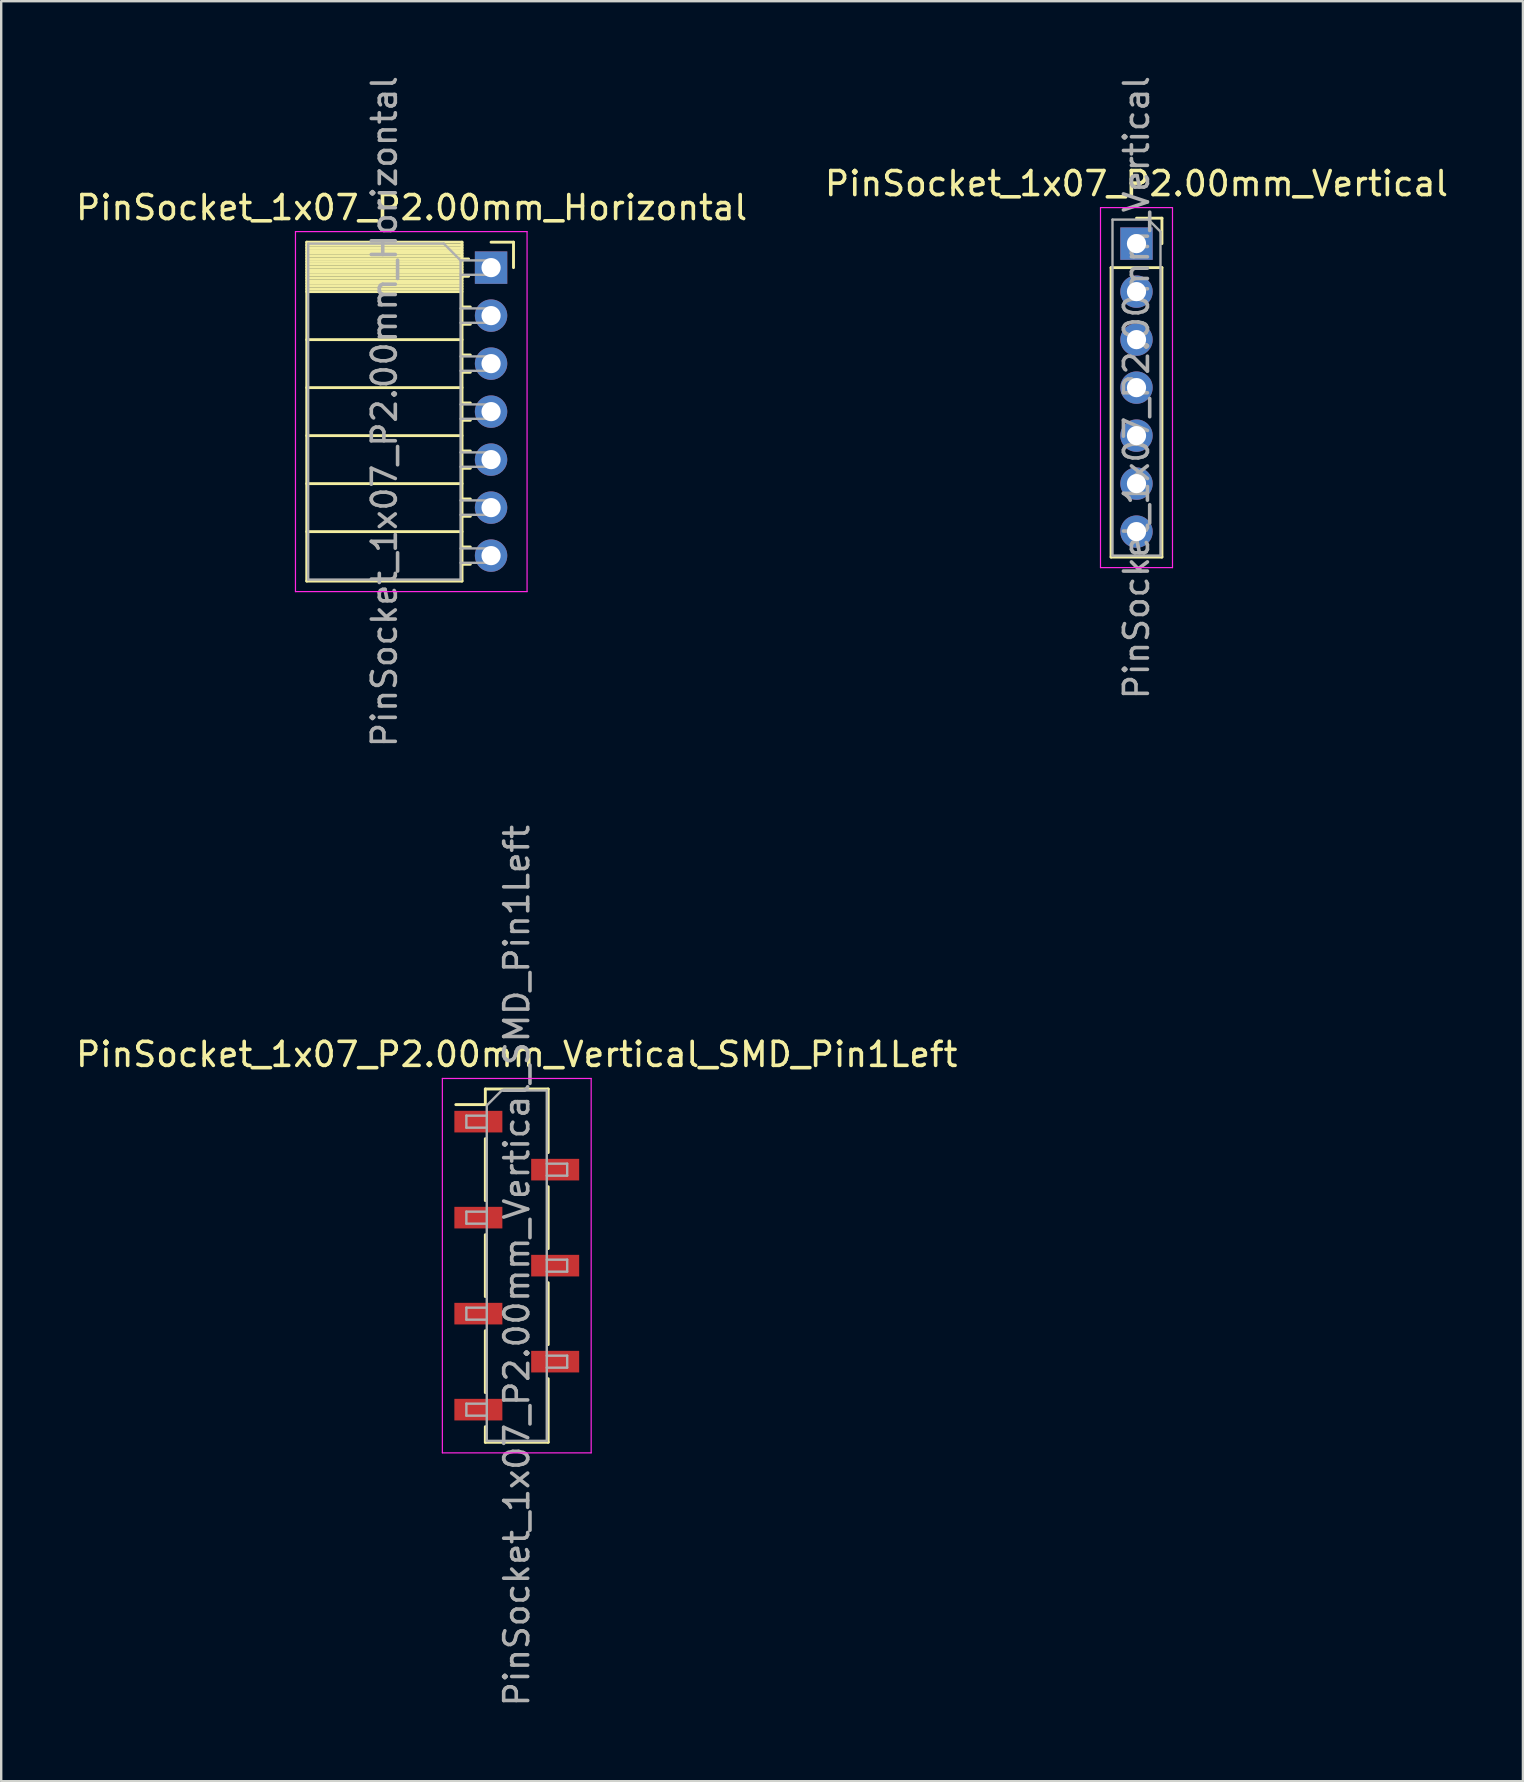
<source format=kicad_pcb>
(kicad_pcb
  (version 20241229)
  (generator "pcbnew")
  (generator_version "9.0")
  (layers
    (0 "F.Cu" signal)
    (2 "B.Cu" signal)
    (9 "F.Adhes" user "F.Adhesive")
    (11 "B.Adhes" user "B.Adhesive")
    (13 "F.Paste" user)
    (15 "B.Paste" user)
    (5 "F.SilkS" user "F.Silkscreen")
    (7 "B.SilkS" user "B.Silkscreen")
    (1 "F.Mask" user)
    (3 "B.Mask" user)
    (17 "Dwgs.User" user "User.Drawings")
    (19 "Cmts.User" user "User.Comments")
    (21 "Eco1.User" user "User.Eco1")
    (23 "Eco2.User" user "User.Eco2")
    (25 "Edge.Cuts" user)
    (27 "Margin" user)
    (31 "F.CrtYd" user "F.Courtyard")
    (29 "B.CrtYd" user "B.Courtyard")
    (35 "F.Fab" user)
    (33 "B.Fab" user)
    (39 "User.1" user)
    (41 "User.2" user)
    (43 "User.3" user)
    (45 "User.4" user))
  (footprint "PinSocket_1x07_P2.00mm_Horizontal"
    (layer "F.Cu")
    (at 17.411 8.101)
    (property "Reference" "PinSocket_1x07_P2.00mm_Horizontal" (at -3.31 -2.5 0) (layer "F.SilkS") (effects (font (size 1 1) (thickness 0.15))))
    (attr through_hole)
    (fp_line (start -7.68 -1.06) (end -7.68 13.06) (stroke (width 0.12) (type solid)) (layer "F.SilkS"))
    (fp_line (start -7.68 -1.06) (end -1.21 -1.06) (stroke (width 0.12) (type solid)) (layer "F.SilkS"))
    (fp_line (start -7.68 -0.94) (end -1.21 -0.94) (stroke (width 0.12) (type solid)) (layer "F.SilkS"))
    (fp_line (start -7.68 -0.826) (end -1.21 -0.826) (stroke (width 0.12) (type solid)) (layer "F.SilkS"))
    (fp_line (start -7.68 -0.712) (end -1.21 -0.712) (stroke (width 0.12) (type solid)) (layer "F.SilkS"))
    (fp_line (start -7.68 -0.598) (end -1.21 -0.598) (stroke (width 0.12) (type solid)) (layer "F.SilkS"))
    (fp_line (start -7.68 -0.484) (end -1.21 -0.484) (stroke (width 0.12) (type solid)) (layer "F.SilkS"))
    (fp_line (start -7.68 -0.369) (end -1.21 -0.369) (stroke (width 0.12) (type solid)) (layer "F.SilkS"))
    (fp_line (start -7.68 -0.255) (end -1.21 -0.255) (stroke (width 0.12) (type solid)) (layer "F.SilkS"))
    (fp_line (start -7.68 -0.141) (end -1.21 -0.141) (stroke (width 0.12) (type solid)) (layer "F.SilkS"))
    (fp_line (start -7.68 -0.027) (end -1.21 -0.027) (stroke (width 0.12) (type solid)) (layer "F.SilkS"))
    (fp_line (start -7.68 0.087) (end -1.21 0.087) (stroke (width 0.12) (type solid)) (layer "F.SilkS"))
    (fp_line (start -7.68 0.201) (end -1.21 0.201) (stroke (width 0.12) (type solid)) (layer "F.SilkS"))
    (fp_line (start -7.68 0.315) (end -1.21 0.315) (stroke (width 0.12) (type solid)) (layer "F.SilkS"))
    (fp_line (start -7.68 0.429) (end -1.21 0.429) (stroke (width 0.12) (type solid)) (layer "F.SilkS"))
    (fp_line (start -7.68 0.544) (end -1.21 0.544) (stroke (width 0.12) (type solid)) (layer "F.SilkS"))
    (fp_line (start -7.68 0.658) (end -1.21 0.658) (stroke (width 0.12) (type solid)) (layer "F.SilkS"))
    (fp_line (start -7.68 0.772) (end -1.21 0.772) (stroke (width 0.12) (type solid)) (layer "F.SilkS"))
    (fp_line (start -7.68 0.886) (end -1.21 0.886) (stroke (width 0.12) (type solid)) (layer "F.SilkS"))
    (fp_line (start -7.68 1) (end -1.21 1) (stroke (width 0.12) (type solid)) (layer "F.SilkS"))
    (fp_line (start -7.68 3) (end -1.21 3) (stroke (width 0.12) (type solid)) (layer "F.SilkS"))
    (fp_line (start -7.68 5) (end -1.21 5) (stroke (width 0.12) (type solid)) (layer "F.SilkS"))
    (fp_line (start -7.68 7) (end -1.21 7) (stroke (width 0.12) (type solid)) (layer "F.SilkS"))
    (fp_line (start -7.68 9) (end -1.21 9) (stroke (width 0.12) (type solid)) (layer "F.SilkS"))
    (fp_line (start -7.68 11) (end -1.21 11) (stroke (width 0.12) (type solid)) (layer "F.SilkS"))
    (fp_line (start -7.68 13.06) (end -1.21 13.06) (stroke (width 0.12) (type solid)) (layer "F.SilkS"))
    (fp_line (start -1.21 -1.06) (end -1.21 13.06) (stroke (width 0.12) (type solid)) (layer "F.SilkS"))
    (fp_line (start -1.21 -0.36) (end -0.935 -0.36) (stroke (width 0.12) (type solid)) (layer "F.SilkS"))
    (fp_line (start -1.21 0.36) (end -0.935 0.36) (stroke (width 0.12) (type solid)) (layer "F.SilkS"))
    (fp_line (start -1.21 1.64) (end -0.863 1.64) (stroke (width 0.12) (type solid)) (layer "F.SilkS"))
    (fp_line (start -1.21 2.36) (end -0.863 2.36) (stroke (width 0.12) (type solid)) (layer "F.SilkS"))
    (fp_line (start -1.21 3.64) (end -0.863 3.64) (stroke (width 0.12) (type solid)) (layer "F.SilkS"))
    (fp_line (start -1.21 4.36) (end -0.863 4.36) (stroke (width 0.12) (type solid)) (layer "F.SilkS"))
    (fp_line (start -1.21 5.64) (end -0.863 5.64) (stroke (width 0.12) (type solid)) (layer "F.SilkS"))
    (fp_line (start -1.21 6.36) (end -0.863 6.36) (stroke (width 0.12) (type solid)) (layer "F.SilkS"))
    (fp_line (start -1.21 7.64) (end -0.863 7.64) (stroke (width 0.12) (type solid)) (layer "F.SilkS"))
    (fp_line (start -1.21 8.36) (end -0.863 8.36) (stroke (width 0.12) (type solid)) (layer "F.SilkS"))
    (fp_line (start -1.21 9.64) (end -0.863 9.64) (stroke (width 0.12) (type solid)) (layer "F.SilkS"))
    (fp_line (start -1.21 10.36) (end -0.863 10.36) (stroke (width 0.12) (type solid)) (layer "F.SilkS"))
    (fp_line (start -1.21 11.64) (end -0.863 11.64) (stroke (width 0.12) (type solid)) (layer "F.SilkS"))
    (fp_line (start -1.21 12.36) (end -0.863 12.36) (stroke (width 0.12) (type solid)) (layer "F.SilkS"))
    (fp_line (start 0 -1.06) (end 0.935 -1.06) (stroke (width 0.12) (type solid)) (layer "F.SilkS"))
    (fp_line (start 0.935 -1.06) (end 0.935 0) (stroke (width 0.12) (type solid)) (layer "F.SilkS"))
    (fp_line (start -8.15 -1.5) (end -8.15 13.5) (stroke (width 0.05) (type solid)) (layer "F.CrtYd"))
    (fp_line (start -8.15 13.5) (end 1.5 13.5) (stroke (width 0.05) (type solid)) (layer "F.CrtYd"))
    (fp_line (start 1.5 -1.5) (end -8.15 -1.5) (stroke (width 0.05) (type solid)) (layer "F.CrtYd"))
    (fp_line (start 1.5 13.5) (end 1.5 -1.5) (stroke (width 0.05) (type solid)) (layer "F.CrtYd"))
    (fp_line (start -7.62 -1) (end -1.97 -1) (stroke (width 0.1) (type solid)) (layer "F.Fab"))
    (fp_line (start -7.62 13) (end -7.62 -1) (stroke (width 0.1) (type solid)) (layer "F.Fab"))
    (fp_line (start -1.97 -1) (end -1.27 -0.3) (stroke (width 0.1) (type solid)) (layer "F.Fab"))
    (fp_line (start -1.27 -0.3) (end -1.27 13) (stroke (width 0.1) (type solid)) (layer "F.Fab"))
    (fp_line (start -1.27 0.3) (end 0 0.3) (stroke (width 0.1) (type solid)) (layer "F.Fab"))
    (fp_line (start -1.27 2.3) (end 0 2.3) (stroke (width 0.1) (type solid)) (layer "F.Fab"))
    (fp_line (start -1.27 4.3) (end 0 4.3) (stroke (width 0.1) (type solid)) (layer "F.Fab"))
    (fp_line (start -1.27 6.3) (end 0 6.3) (stroke (width 0.1) (type solid)) (layer "F.Fab"))
    (fp_line (start -1.27 8.3) (end 0 8.3) (stroke (width 0.1) (type solid)) (layer "F.Fab"))
    (fp_line (start -1.27 10.3) (end 0 10.3) (stroke (width 0.1) (type solid)) (layer "F.Fab"))
    (fp_line (start -1.27 12.3) (end 0 12.3) (stroke (width 0.1) (type solid)) (layer "F.Fab"))
    (fp_line (start -1.27 13) (end -7.62 13) (stroke (width 0.1) (type solid)) (layer "F.Fab"))
    (fp_line (start 0 -0.3) (end -1.27 -0.3) (stroke (width 0.1) (type solid)) (layer "F.Fab"))
    (fp_line (start 0 0.3) (end 0 -0.3) (stroke (width 0.1) (type solid)) (layer "F.Fab"))
    (fp_line (start 0 1.7) (end -1.27 1.7) (stroke (width 0.1) (type solid)) (layer "F.Fab"))
    (fp_line (start 0 2.3) (end 0 1.7) (stroke (width 0.1) (type solid)) (layer "F.Fab"))
    (fp_line (start 0 3.7) (end -1.27 3.7) (stroke (width 0.1) (type solid)) (layer "F.Fab"))
    (fp_line (start 0 4.3) (end 0 3.7) (stroke (width 0.1) (type solid)) (layer "F.Fab"))
    (fp_line (start 0 5.7) (end -1.27 5.7) (stroke (width 0.1) (type solid)) (layer "F.Fab"))
    (fp_line (start 0 6.3) (end 0 5.7) (stroke (width 0.1) (type solid)) (layer "F.Fab"))
    (fp_line (start 0 7.7) (end -1.27 7.7) (stroke (width 0.1) (type solid)) (layer "F.Fab"))
    (fp_line (start 0 8.3) (end 0 7.7) (stroke (width 0.1) (type solid)) (layer "F.Fab"))
    (fp_line (start 0 9.7) (end -1.27 9.7) (stroke (width 0.1) (type solid)) (layer "F.Fab"))
    (fp_line (start 0 10.3) (end 0 9.7) (stroke (width 0.1) (type solid)) (layer "F.Fab"))
    (fp_line (start 0 11.7) (end -1.27 11.7) (stroke (width 0.1) (type solid)) (layer "F.Fab"))
    (fp_line (start 0 12.3) (end 0 11.7) (stroke (width 0.1) (type solid)) (layer "F.Fab"))
    (fp_text user "${REFERENCE}" (at -4.445 6 90) (layer "F.Fab") (effects (font (size 1 1) (thickness 0.15))))
    (pad "1" thru_hole rect (at 0 0) (size 1.35 1.35) (drill 0.8) (layers "*.Cu" "*.Mask"))
    (pad "2" thru_hole oval (at 0 2) (size 1.35 1.35) (drill 0.8) (layers "*.Cu" "*.Mask"))
    (pad "3" thru_hole oval (at 0 4) (size 1.35 1.35) (drill 0.8) (layers "*.Cu" "*.Mask"))
    (pad "4" thru_hole oval (at 0 6) (size 1.35 1.35) (drill 0.8) (layers "*.Cu" "*.Mask"))
    (pad "5" thru_hole oval (at 0 8) (size 1.35 1.35) (drill 0.8) (layers "*.Cu" "*.Mask"))
    (pad "6" thru_hole oval (at 0 10) (size 1.35 1.35) (drill 0.8) (layers "*.Cu" "*.Mask"))
    (pad "7" thru_hole oval (at 0 12) (size 1.35 1.35) (drill 0.8) (layers "*.Cu" "*.Mask")))
  (footprint "PinSocket_1x07_P2.00mm_Vertical_SMD_Pin1Left"
    (layer "F.Cu")
    (at 18.482 49.685)
    (property "Reference" "PinSocket_1x07_P2.00mm_Vertical_SMD_Pin1Left" (at 0 -8.8 0) (layer "F.SilkS") (effects (font (size 1 1) (thickness 0.15))))
    (attr smd)
    (fp_line (start -2.54 -6.71) (end -1.31 -6.71) (stroke (width 0.12) (type solid)) (layer "F.SilkS"))
    (fp_line (start -1.31 -7.36) (end -1.31 -6.71) (stroke (width 0.12) (type solid)) (layer "F.SilkS"))
    (fp_line (start -1.31 -7.36) (end 1.31 -7.36) (stroke (width 0.12) (type solid)) (layer "F.SilkS"))
    (fp_line (start -1.31 -5.29) (end -1.31 -2.71) (stroke (width 0.12) (type solid)) (layer "F.SilkS"))
    (fp_line (start -1.31 -1.29) (end -1.31 1.29) (stroke (width 0.12) (type solid)) (layer "F.SilkS"))
    (fp_line (start -1.31 2.71) (end -1.31 5.29) (stroke (width 0.12) (type solid)) (layer "F.SilkS"))
    (fp_line (start -1.31 6.71) (end -1.31 7.36) (stroke (width 0.12) (type solid)) (layer "F.SilkS"))
    (fp_line (start -1.31 7.36) (end 1.31 7.36) (stroke (width 0.12) (type solid)) (layer "F.SilkS"))
    (fp_line (start 1.31 -7.36) (end 1.31 -4.71) (stroke (width 0.12) (type solid)) (layer "F.SilkS"))
    (fp_line (start 1.31 -3.29) (end 1.31 -0.71) (stroke (width 0.12) (type solid)) (layer "F.SilkS"))
    (fp_line (start 1.31 0.71) (end 1.31 3.29) (stroke (width 0.12) (type solid)) (layer "F.SilkS"))
    (fp_line (start 1.31 4.71) (end 1.31 7.36) (stroke (width 0.12) (type solid)) (layer "F.SilkS"))
    (fp_line (start -3.1 -7.8) (end 3.1 -7.8) (stroke (width 0.05) (type solid)) (layer "F.CrtYd"))
    (fp_line (start -3.1 7.8) (end -3.1 -7.8) (stroke (width 0.05) (type solid)) (layer "F.CrtYd"))
    (fp_line (start 3.1 -7.8) (end 3.1 7.8) (stroke (width 0.05) (type solid)) (layer "F.CrtYd"))
    (fp_line (start 3.1 7.8) (end -3.1 7.8) (stroke (width 0.05) (type solid)) (layer "F.CrtYd"))
    (fp_line (start -2.1 -6.25) (end -1.25 -6.25) (stroke (width 0.1) (type solid)) (layer "F.Fab"))
    (fp_line (start -2.1 -5.75) (end -2.1 -6.25) (stroke (width 0.1) (type solid)) (layer "F.Fab"))
    (fp_line (start -2.1 -2.25) (end -1.25 -2.25) (stroke (width 0.1) (type solid)) (layer "F.Fab"))
    (fp_line (start -2.1 -1.75) (end -2.1 -2.25) (stroke (width 0.1) (type solid)) (layer "F.Fab"))
    (fp_line (start -2.1 1.75) (end -1.25 1.75) (stroke (width 0.1) (type solid)) (layer "F.Fab"))
    (fp_line (start -2.1 2.25) (end -2.1 1.75) (stroke (width 0.1) (type solid)) (layer "F.Fab"))
    (fp_line (start -2.1 5.75) (end -1.25 5.75) (stroke (width 0.1) (type solid)) (layer "F.Fab"))
    (fp_line (start -2.1 6.25) (end -2.1 5.75) (stroke (width 0.1) (type solid)) (layer "F.Fab"))
    (fp_line (start -1.25 -6.675) (end -0.625 -7.3) (stroke (width 0.1) (type solid)) (layer "F.Fab"))
    (fp_line (start -1.25 -5.75) (end -2.1 -5.75) (stroke (width 0.1) (type solid)) (layer "F.Fab"))
    (fp_line (start -1.25 -1.75) (end -2.1 -1.75) (stroke (width 0.1) (type solid)) (layer "F.Fab"))
    (fp_line (start -1.25 2.25) (end -2.1 2.25) (stroke (width 0.1) (type solid)) (layer "F.Fab"))
    (fp_line (start -1.25 6.25) (end -2.1 6.25) (stroke (width 0.1) (type solid)) (layer "F.Fab"))
    (fp_line (start -1.25 7.3) (end -1.25 -6.675) (stroke (width 0.1) (type solid)) (layer "F.Fab"))
    (fp_line (start -0.625 -7.3) (end 1.25 -7.3) (stroke (width 0.1) (type solid)) (layer "F.Fab"))
    (fp_line (start 1.25 -7.3) (end 1.25 7.3) (stroke (width 0.1) (type solid)) (layer "F.Fab"))
    (fp_line (start 1.25 -4.25) (end 2.1 -4.25) (stroke (width 0.1) (type solid)) (layer "F.Fab"))
    (fp_line (start 1.25 -0.25) (end 2.1 -0.25) (stroke (width 0.1) (type solid)) (layer "F.Fab"))
    (fp_line (start 1.25 3.75) (end 2.1 3.75) (stroke (width 0.1) (type solid)) (layer "F.Fab"))
    (fp_line (start 1.25 7.3) (end -1.25 7.3) (stroke (width 0.1) (type solid)) (layer "F.Fab"))
    (fp_line (start 2.1 -4.25) (end 2.1 -3.75) (stroke (width 0.1) (type solid)) (layer "F.Fab"))
    (fp_line (start 2.1 -3.75) (end 1.25 -3.75) (stroke (width 0.1) (type solid)) (layer "F.Fab"))
    (fp_line (start 2.1 -0.25) (end 2.1 0.25) (stroke (width 0.1) (type solid)) (layer "F.Fab"))
    (fp_line (start 2.1 0.25) (end 1.25 0.25) (stroke (width 0.1) (type solid)) (layer "F.Fab"))
    (fp_line (start 2.1 3.75) (end 2.1 4.25) (stroke (width 0.1) (type solid)) (layer "F.Fab"))
    (fp_line (start 2.1 4.25) (end 1.25 4.25) (stroke (width 0.1) (type solid)) (layer "F.Fab"))
    (fp_text user "${REFERENCE}" (at 0 0 90) (layer "F.Fab") (effects (font (size 1 1) (thickness 0.15))))
    (pad "1" smd rect (at -1.6 -6) (size 2 0.9) (layers "F.Cu" "F.Mask" "F.Paste"))
    (pad "2" smd rect (at 1.6 -4) (size 2 0.9) (layers "F.Cu" "F.Mask" "F.Paste"))
    (pad "3" smd rect (at -1.6 -2) (size 2 0.9) (layers "F.Cu" "F.Mask" "F.Paste"))
    (pad "4" smd rect (at 1.6 0) (size 2 0.9) (layers "F.Cu" "F.Mask" "F.Paste"))
    (pad "5" smd rect (at -1.6 2) (size 2 0.9) (layers "F.Cu" "F.Mask" "F.Paste"))
    (pad "6" smd rect (at 1.6 4) (size 2 0.9) (layers "F.Cu" "F.Mask" "F.Paste"))
    (pad "7" smd rect (at -1.6 6) (size 2 0.9) (layers "F.Cu" "F.Mask" "F.Paste")))
  (footprint "PinSocket_1x07_P2.00mm_Vertical"
    (layer "F.Cu")
    (at 44.304 7.101)
    (property "Reference" "PinSocket_1x07_P2.00mm_Vertical" (at 0 -2.5 0) (layer "F.SilkS") (effects (font (size 1 1) (thickness 0.15))))
    (attr through_hole)
    (fp_line (start -1.06 1) (end -1.06 13.06) (stroke (width 0.12) (type solid)) (layer "F.SilkS"))
    (fp_line (start -1.06 1) (end 1.06 1) (stroke (width 0.12) (type solid)) (layer "F.SilkS"))
    (fp_line (start -1.06 13.06) (end 1.06 13.06) (stroke (width 0.12) (type solid)) (layer "F.SilkS"))
    (fp_line (start 0 -1.06) (end 1.06 -1.06) (stroke (width 0.12) (type solid)) (layer "F.SilkS"))
    (fp_line (start 1.06 -1.06) (end 1.06 0) (stroke (width 0.12) (type solid)) (layer "F.SilkS"))
    (fp_line (start 1.06 1) (end 1.06 13.06) (stroke (width 0.12) (type solid)) (layer "F.SilkS"))
    (fp_line (start -1.5 -1.5) (end 1.5 -1.5) (stroke (width 0.05) (type solid)) (layer "F.CrtYd"))
    (fp_line (start -1.5 13.5) (end -1.5 -1.5) (stroke (width 0.05) (type solid)) (layer "F.CrtYd"))
    (fp_line (start 1.5 -1.5) (end 1.5 13.5) (stroke (width 0.05) (type solid)) (layer "F.CrtYd"))
    (fp_line (start 1.5 13.5) (end -1.5 13.5) (stroke (width 0.05) (type solid)) (layer "F.CrtYd"))
    (fp_line (start -1 -1) (end 0.5 -1) (stroke (width 0.1) (type solid)) (layer "F.Fab"))
    (fp_line (start -1 13) (end -1 -1) (stroke (width 0.1) (type solid)) (layer "F.Fab"))
    (fp_line (start 0.5 -1) (end 1 -0.5) (stroke (width 0.1) (type solid)) (layer "F.Fab"))
    (fp_line (start 1 -0.5) (end 1 13) (stroke (width 0.1) (type solid)) (layer "F.Fab"))
    (fp_line (start 1 13) (end -1 13) (stroke (width 0.1) (type solid)) (layer "F.Fab"))
    (fp_text user "${REFERENCE}" (at 0 6 90) (layer "F.Fab") (effects (font (size 1 1) (thickness 0.15))))
    (pad "1" thru_hole rect (at 0 0) (size 1.35 1.35) (drill 0.8) (layers "*.Cu" "*.Mask"))
    (pad "2" thru_hole oval (at 0 2) (size 1.35 1.35) (drill 0.8) (layers "*.Cu" "*.Mask"))
    (pad "3" thru_hole oval (at 0 4) (size 1.35 1.35) (drill 0.8) (layers "*.Cu" "*.Mask"))
    (pad "4" thru_hole oval (at 0 6) (size 1.35 1.35) (drill 0.8) (layers "*.Cu" "*.Mask"))
    (pad "5" thru_hole oval (at 0 8) (size 1.35 1.35) (drill 0.8) (layers "*.Cu" "*.Mask"))
    (pad "6" thru_hole oval (at 0 10) (size 1.35 1.35) (drill 0.8) (layers "*.Cu" "*.Mask"))
    (pad "7" thru_hole oval (at 0 12) (size 1.35 1.35) (drill 0.8) (layers "*.Cu" "*.Mask")))
  (gr_rect
    (start -3 -3)
    (end 60.405 71.167)
    (stroke (width 0.1) (type default))
    (fill no)
    (layer "Edge.Cuts")))
</source>
